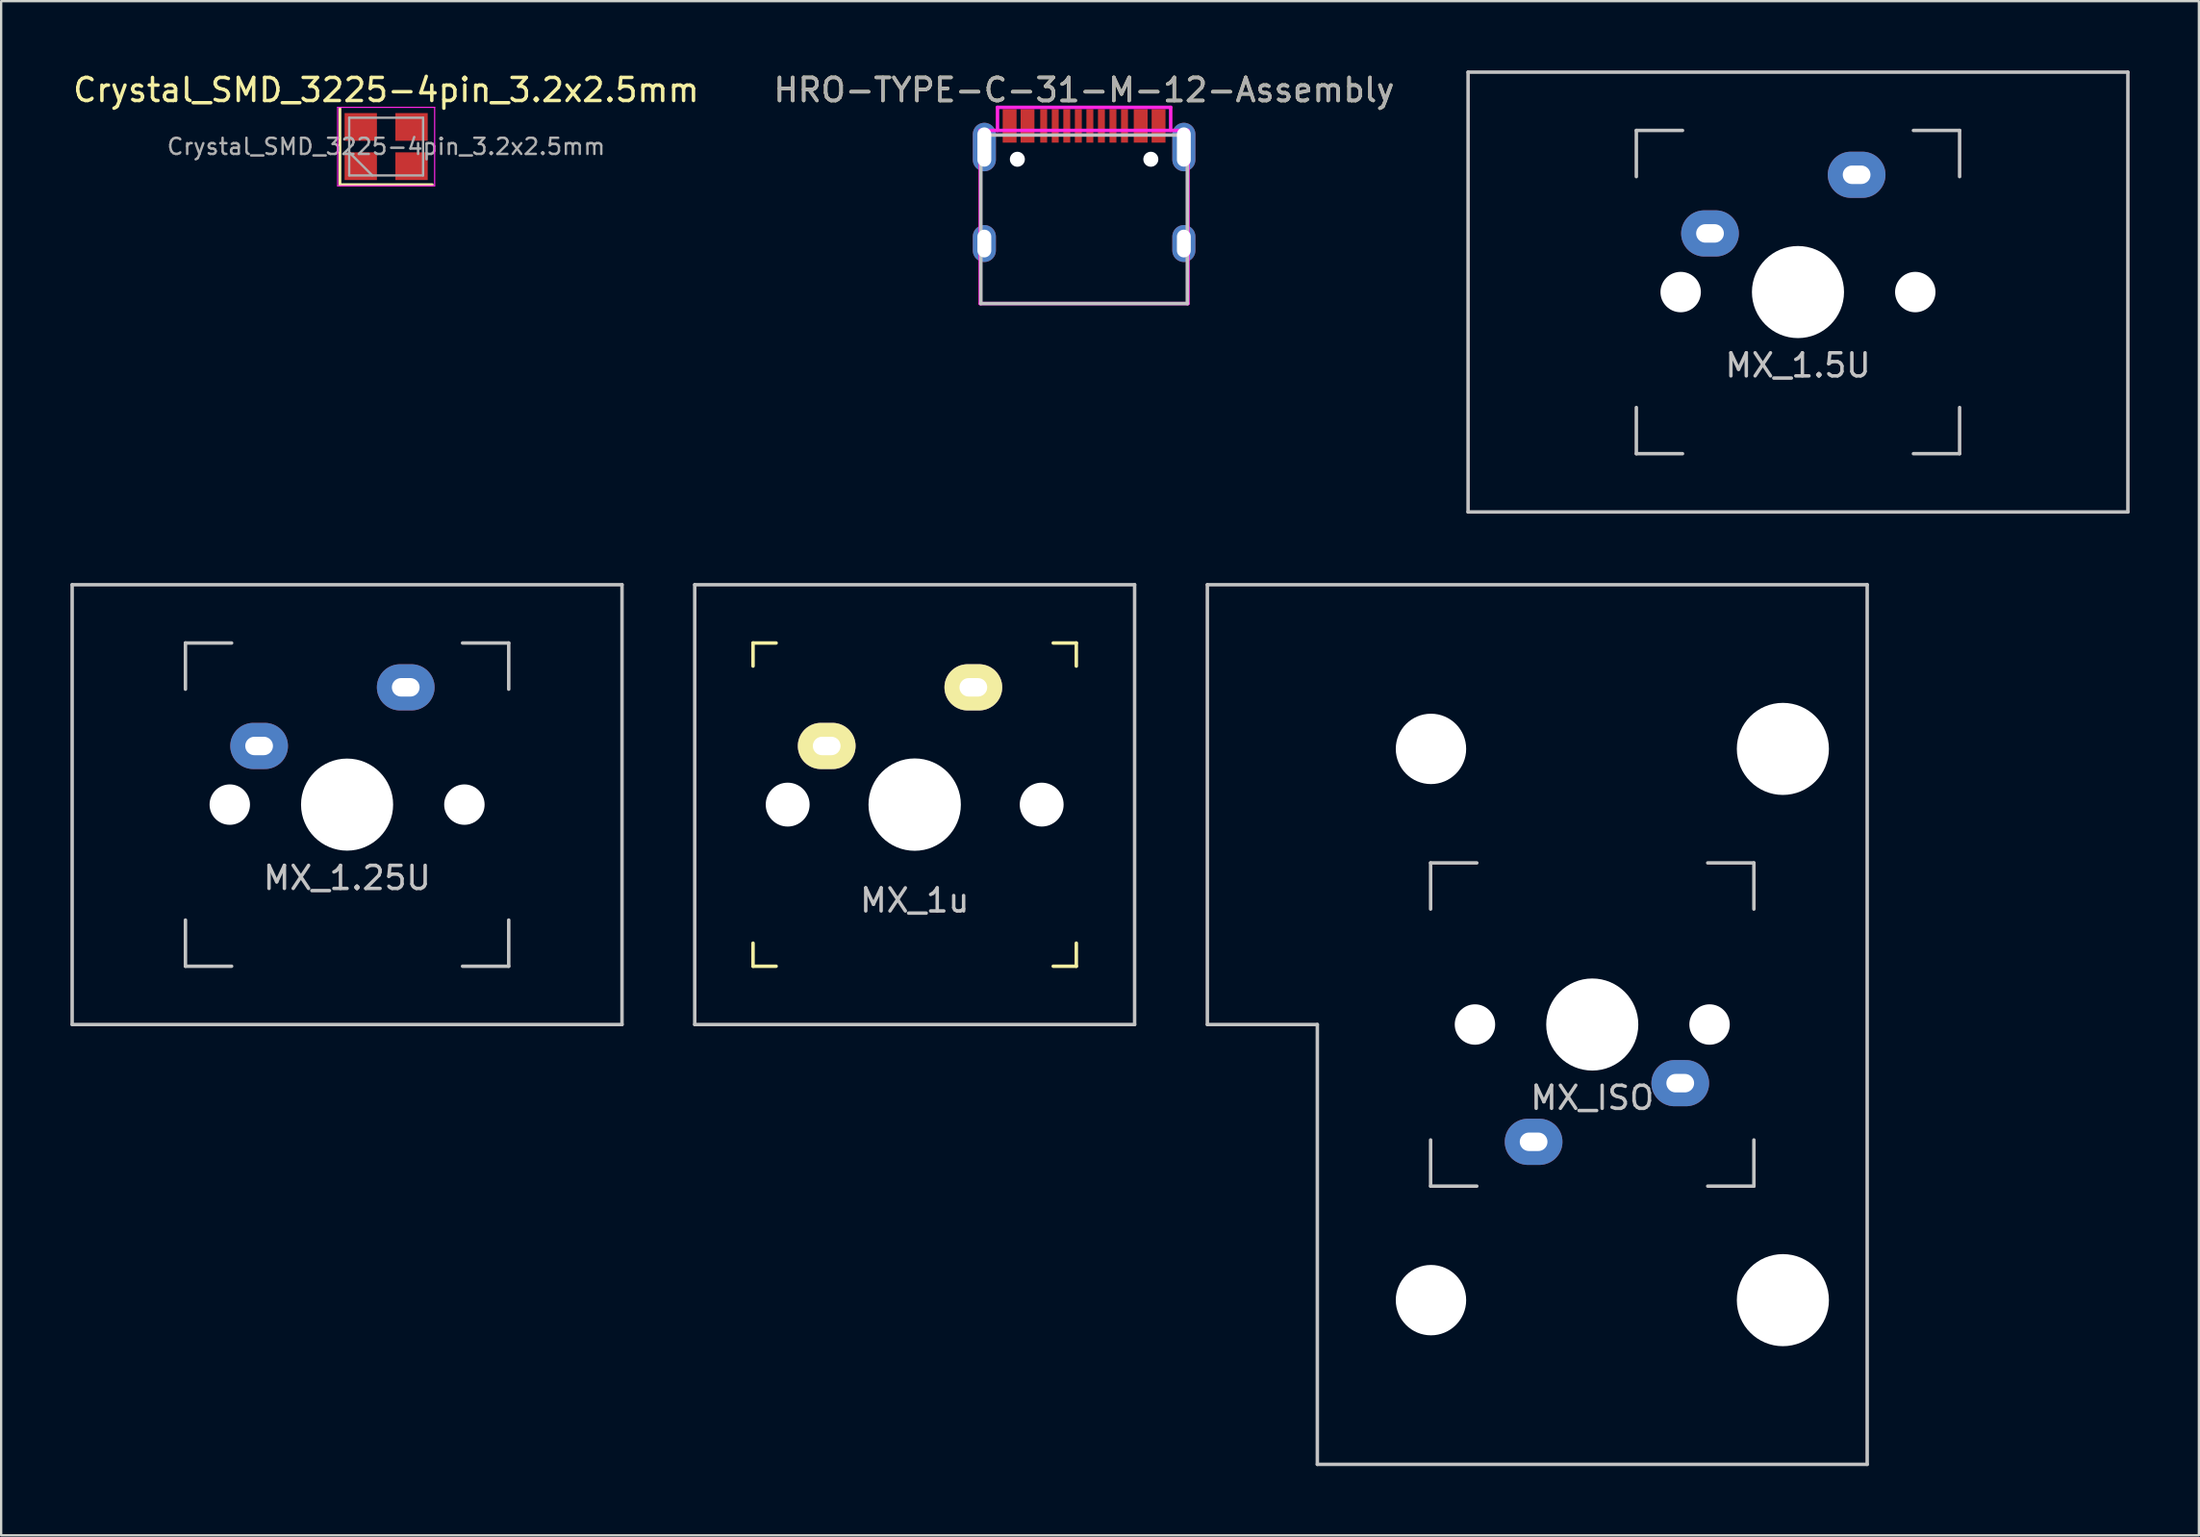
<source format=kicad_pcb>
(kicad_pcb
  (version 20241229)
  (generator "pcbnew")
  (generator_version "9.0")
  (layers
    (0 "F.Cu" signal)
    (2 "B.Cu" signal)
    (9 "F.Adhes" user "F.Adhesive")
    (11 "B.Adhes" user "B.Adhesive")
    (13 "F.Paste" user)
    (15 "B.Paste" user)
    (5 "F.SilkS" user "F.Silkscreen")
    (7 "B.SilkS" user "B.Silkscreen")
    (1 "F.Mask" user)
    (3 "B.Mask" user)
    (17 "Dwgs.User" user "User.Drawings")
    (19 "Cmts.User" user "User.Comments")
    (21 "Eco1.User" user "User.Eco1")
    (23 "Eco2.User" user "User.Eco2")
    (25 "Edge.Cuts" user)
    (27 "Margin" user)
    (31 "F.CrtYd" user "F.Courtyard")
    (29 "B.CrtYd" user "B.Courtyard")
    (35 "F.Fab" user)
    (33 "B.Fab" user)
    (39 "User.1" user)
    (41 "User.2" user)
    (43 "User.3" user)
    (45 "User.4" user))
  (footprint "MX_1.25U"
    (layer "F.Cu")
    (at 11.981 31.8)
    (property "Reference" "MX_1.25U" (at 0 3.175 0) (layer "Dwgs.User") (effects (font (size 1 1) (thickness 0.15))))
    (attr through_hole)
    (fp_line (start -11.906 -9.525) (end 11.906 -9.525) (stroke (width 0.15) (type solid)) (layer "Dwgs.User"))
    (fp_line (start -11.906 9.525) (end -11.906 -9.525) (stroke (width 0.15) (type solid)) (layer "Dwgs.User"))
    (fp_line (start -11.906 9.525) (end 11.906 9.525) (stroke (width 0.15) (type solid)) (layer "Dwgs.User"))
    (fp_line (start -7 -7) (end -7 -5) (stroke (width 0.15) (type solid)) (layer "Dwgs.User"))
    (fp_line (start -7 5) (end -7 7) (stroke (width 0.15) (type solid)) (layer "Dwgs.User"))
    (fp_line (start -7 7) (end -5 7) (stroke (width 0.15) (type solid)) (layer "Dwgs.User"))
    (fp_line (start -5 -7) (end -7 -7) (stroke (width 0.15) (type solid)) (layer "Dwgs.User"))
    (fp_line (start 5 -7) (end 7 -7) (stroke (width 0.15) (type solid)) (layer "Dwgs.User"))
    (fp_line (start 5 7) (end 7 7) (stroke (width 0.15) (type solid)) (layer "Dwgs.User"))
    (fp_line (start 7 -7) (end 7 -5) (stroke (width 0.15) (type solid)) (layer "Dwgs.User"))
    (fp_line (start 7 7) (end 7 5) (stroke (width 0.15) (type solid)) (layer "Dwgs.User"))
    (fp_line (start 11.906 -9.525) (end 11.906 9.525) (stroke (width 0.15) (type solid)) (layer "Dwgs.User"))
    (pad "" np_thru_hole circle (at -5.08 0 48.1) (size 1.75 1.75) (drill 1.75) (layers "*.Cu" "*.Mask"))
    (pad "" np_thru_hole circle (at 0 0) (size 3.988 3.988) (drill 3.988) (layers "*.Cu" "*.Mask"))
    (pad "" np_thru_hole circle (at 5.08 0 48.1) (size 1.75 1.75) (drill 1.75) (layers "*.Cu" "*.Mask"))
    (pad "1" thru_hole oval (at -3.81 -2.54) (size 2.5 2) (drill oval 1.2 0.8) (layers "*.Cu" "B.Mask"))
    (pad "2" thru_hole oval (at 2.54 -5.08) (size 2.5 2) (drill oval 1.2 0.8) (layers "*.Cu" "B.Mask")))
  (footprint "Crystal_SMD_3225-4pin_3.2x2.5mm"
    (layer "F.Cu")
    (at 13.673 3.298)
    (property "Reference" "Crystal_SMD_3225-4pin_3.2x2.5mm" (at 0 -2.45 0) (layer "F.SilkS") (effects (font (size 1 1) (thickness 0.15))))
    (attr smd)
    (fp_line (start -2 -1.65) (end -2 1.65) (stroke (width 0.12) (type solid)) (layer "F.SilkS"))
    (fp_line (start -2 1.65) (end 2 1.65) (stroke (width 0.12) (type solid)) (layer "F.SilkS"))
    (fp_line (start -2.1 -1.7) (end -2.1 1.7) (stroke (width 0.05) (type solid)) (layer "F.CrtYd"))
    (fp_line (start -2.1 1.7) (end 2.1 1.7) (stroke (width 0.05) (type solid)) (layer "F.CrtYd"))
    (fp_line (start 2.1 -1.7) (end -2.1 -1.7) (stroke (width 0.05) (type solid)) (layer "F.CrtYd"))
    (fp_line (start 2.1 1.7) (end 2.1 -1.7) (stroke (width 0.05) (type solid)) (layer "F.CrtYd"))
    (fp_line (start -1.6 -1.25) (end -1.6 1.25) (stroke (width 0.1) (type solid)) (layer "F.Fab"))
    (fp_line (start -1.6 0.25) (end -0.6 1.25) (stroke (width 0.1) (type solid)) (layer "F.Fab"))
    (fp_line (start -1.6 1.25) (end 1.6 1.25) (stroke (width 0.1) (type solid)) (layer "F.Fab"))
    (fp_line (start 1.6 -1.25) (end -1.6 -1.25) (stroke (width 0.1) (type solid)) (layer "F.Fab"))
    (fp_line (start 1.6 1.25) (end 1.6 -1.25) (stroke (width 0.1) (type solid)) (layer "F.Fab"))
    (fp_text user "${REFERENCE}" (at 0 0 0) (layer "F.Fab") (effects (font (size 0.7 0.7) (thickness 0.105))))
    (pad "1" smd rect (at -1.1 0.85) (size 1.4 1.2) (layers "F.Cu" "F.Mask" "F.Paste"))
    (pad "2" smd rect (at 1.1 0.85) (size 1.4 1.2) (layers "F.Cu" "F.Mask" "F.Paste"))
    (pad "3" smd rect (at 1.1 -0.85) (size 1.4 1.2) (layers "F.Cu" "F.Mask" "F.Paste"))
    (pad "4" smd rect (at -1.1 -0.85) (size 1.4 1.2) (layers "F.Cu" "F.Mask" "F.Paste")))
  (footprint "HRO-TYPE-C-31-M-12-Assembly"
    (layer "F.Cu")
    (at 43.899 10.098)
    (property "Reference" "HRO-TYPE-C-31-M-12-Assembly" (at 0 -9.25 0) (layer "F.SilkS") (effects (font (size 1 1) (thickness 0.15))))
    (attr through_hole)
    (fp_line (start -4.47 -7.3) (end 4.47 -7.3) (stroke (width 0.15) (type solid)) (layer "Dwgs.User"))
    (fp_line (start -4.47 0) (end -4.47 -7.3) (stroke (width 0.15) (type solid)) (layer "Dwgs.User"))
    (fp_line (start -4.47 0) (end 4.47 0) (stroke (width 0.15) (type solid)) (layer "Dwgs.User"))
    (fp_line (start 4.47 0) (end 4.47 -7.3) (stroke (width 0.15) (type solid)) (layer "Dwgs.User"))
    (fp_line (start -4.5 -7.5) (end 4.5 -7.5) (stroke (width 0.15) (type solid)) (layer "F.CrtYd"))
    (fp_line (start -4.5 0) (end -4.5 -7.5) (stroke (width 0.15) (type solid)) (layer "F.CrtYd"))
    (fp_line (start -3.75 -8.5) (end 3.75 -8.5) (stroke (width 0.15) (type solid)) (layer "F.CrtYd"))
    (fp_line (start -3.75 -7.5) (end -3.75 -8.5) (stroke (width 0.15) (type solid)) (layer "F.CrtYd"))
    (fp_line (start 3.75 -8.5) (end 3.75 -7.5) (stroke (width 0.15) (type solid)) (layer "F.CrtYd"))
    (fp_line (start 4.5 -7.5) (end 4.5 0) (stroke (width 0.15) (type solid)) (layer "F.CrtYd"))
    (fp_line (start 4.5 0) (end -4.5 0) (stroke (width 0.15) (type solid)) (layer "F.CrtYd"))
    (fp_text user "${REFERENCE}" (at 0 -9.25 0) (layer "F.Fab") (effects (font (size 1 1) (thickness 0.15))))
    (pad "" np_thru_hole circle (at -2.89 -6.25) (size 0.65 0.65) (drill 0.65) (layers "*.Cu" "*.Mask"))
    (pad "" np_thru_hole circle (at 2.89 -6.25) (size 0.65 0.65) (drill 0.65) (layers "*.Cu" "*.Mask"))
    (pad "1" smd rect (at -3.225 -7.695) (size 0.6 1.45) (layers "F.Cu" "F.Mask" "F.Paste"))
    (pad "2" smd rect (at -2.45 -7.695) (size 0.6 1.45) (layers "F.Cu" "F.Mask" "F.Paste"))
    (pad "3" smd rect (at -1.75 -7.695) (size 0.3 1.45) (layers "F.Cu" "F.Mask" "F.Paste"))
    (pad "4" smd rect (at -1.25 -7.695) (size 0.3 1.45) (layers "F.Cu" "F.Mask" "F.Paste"))
    (pad "5" smd rect (at -0.75 -7.695) (size 0.3 1.45) (layers "F.Cu" "F.Mask" "F.Paste"))
    (pad "6" smd rect (at -0.25 -7.695) (size 0.3 1.45) (layers "F.Cu" "F.Mask" "F.Paste"))
    (pad "7" smd rect (at 0.25 -7.695) (size 0.3 1.45) (layers "F.Cu" "F.Mask" "F.Paste"))
    (pad "8" smd rect (at 0.75 -7.695) (size 0.3 1.45) (layers "F.Cu" "F.Mask" "F.Paste"))
    (pad "9" smd rect (at 1.25 -7.695) (size 0.3 1.45) (layers "F.Cu" "F.Mask" "F.Paste"))
    (pad "10" smd rect (at 1.75 -7.695) (size 0.3 1.45) (layers "F.Cu" "F.Mask" "F.Paste"))
    (pad "11" smd rect (at 2.45 -7.695) (size 0.6 1.45) (layers "F.Cu" "F.Mask" "F.Paste"))
    (pad "12" smd rect (at 3.225 -7.695) (size 0.6 1.45) (layers "F.Cu" "F.Mask" "F.Paste"))
    (pad "13" thru_hole oval (at -4.32 -6.78) (size 1 2.1) (drill oval 0.6 1.7) (layers "*.Cu" "*.Mask"))
    (pad "13" thru_hole oval (at -4.32 -2.6) (size 1 1.6) (drill oval 0.6 1.2) (layers "*.Cu" "*.Mask"))
    (pad "13" thru_hole oval (at 4.32 -6.78) (size 1 2.1) (drill oval 0.6 1.7) (layers "*.Cu" "*.Mask"))
    (pad "13" thru_hole oval (at 4.32 -2.6) (size 1 1.6) (drill oval 0.6 1.2) (layers "*.Cu" "*.Mask")))
  (footprint "MX_1.5U"
    (layer "F.Cu")
    (at 74.815 9.6)
    (property "Reference" "MX_1.5U" (at 0 3.175 0) (layer "Dwgs.User") (effects (font (size 1 1) (thickness 0.15))))
    (attr through_hole)
    (fp_line (start -14.287 -9.525) (end 14.287 -9.525) (stroke (width 0.15) (type solid)) (layer "Dwgs.User"))
    (fp_line (start -14.287 9.525) (end -14.287 -9.525) (stroke (width 0.15) (type solid)) (layer "Dwgs.User"))
    (fp_line (start -14.287 9.525) (end 14.287 9.525) (stroke (width 0.15) (type solid)) (layer "Dwgs.User"))
    (fp_line (start -7 -7) (end -7 -5) (stroke (width 0.15) (type solid)) (layer "Dwgs.User"))
    (fp_line (start -7 5) (end -7 7) (stroke (width 0.15) (type solid)) (layer "Dwgs.User"))
    (fp_line (start -7 7) (end -5 7) (stroke (width 0.15) (type solid)) (layer "Dwgs.User"))
    (fp_line (start -5 -7) (end -7 -7) (stroke (width 0.15) (type solid)) (layer "Dwgs.User"))
    (fp_line (start 5 -7) (end 7 -7) (stroke (width 0.15) (type solid)) (layer "Dwgs.User"))
    (fp_line (start 5 7) (end 7 7) (stroke (width 0.15) (type solid)) (layer "Dwgs.User"))
    (fp_line (start 7 -7) (end 7 -5) (stroke (width 0.15) (type solid)) (layer "Dwgs.User"))
    (fp_line (start 7 7) (end 7 5) (stroke (width 0.15) (type solid)) (layer "Dwgs.User"))
    (fp_line (start 14.287 -9.525) (end 14.287 9.525) (stroke (width 0.15) (type solid)) (layer "Dwgs.User"))
    (pad "" np_thru_hole circle (at -5.08 0 48.1) (size 1.75 1.75) (drill 1.75) (layers "*.Cu" "*.Mask"))
    (pad "" np_thru_hole circle (at 0 0) (size 3.988 3.988) (drill 3.988) (layers "*.Cu" "*.Mask"))
    (pad "" np_thru_hole circle (at 5.08 0 48.1) (size 1.75 1.75) (drill 1.75) (layers "*.Cu" "*.Mask"))
    (pad "1" thru_hole oval (at -3.81 -2.54) (size 2.5 2) (drill oval 1.2 0.8) (layers "*.Cu" "B.Mask"))
    (pad "2" thru_hole oval (at 2.54 -5.08) (size 2.5 2) (drill oval 1.2 0.8) (layers "*.Cu" "B.Mask")))
  (footprint "MX_1u"
    (layer "F.Cu")
    (at 36.562 31.8)
    (property "Reference" "MX_1u" (at 0 4.15 0) (layer "Dwgs.User") (effects (font (size 1 1) (thickness 0.15))))
    (attr through_hole)
    (fp_line (start -7 -7) (end -6 -7) (stroke (width 0.15) (type solid)) (layer "F.SilkS"))
    (fp_line (start -7 -6) (end -7 -7) (stroke (width 0.15) (type solid)) (layer "F.SilkS"))
    (fp_line (start -7 6) (end -7 7) (stroke (width 0.15) (type solid)) (layer "F.SilkS"))
    (fp_line (start -6 7) (end -7 7) (stroke (width 0.15) (type solid)) (layer "F.SilkS"))
    (fp_line (start 6 7) (end 7 7) (stroke (width 0.15) (type solid)) (layer "F.SilkS"))
    (fp_line (start 7 -7) (end 6 -7) (stroke (width 0.15) (type solid)) (layer "F.SilkS"))
    (fp_line (start 7 -6) (end 7 -7) (stroke (width 0.15) (type solid)) (layer "F.SilkS"))
    (fp_line (start 7 7) (end 7 6) (stroke (width 0.15) (type solid)) (layer "F.SilkS"))
    (fp_line (start -9.525 -9.525) (end 9.525 -9.525) (stroke (width 0.15) (type solid)) (layer "Dwgs.User"))
    (fp_line (start -9.525 9.525) (end -9.525 -9.525) (stroke (width 0.15) (type solid)) (layer "Dwgs.User"))
    (fp_line (start 9.525 -9.525) (end 9.525 9.525) (stroke (width 0.15) (type solid)) (layer "Dwgs.User"))
    (fp_line (start 9.525 9.525) (end -9.525 9.525) (stroke (width 0.15) (type solid)) (layer "Dwgs.User"))
    (pad "" np_thru_hole circle (at -5.5 0 90) (size 1.9 1.9) (drill 1.9) (layers "*.Cu" "*.Mask"))
    (pad "" np_thru_hole circle (at 0 0 90) (size 4 4) (drill 4) (layers "*.Cu" "*.Mask"))
    (pad "" np_thru_hole circle (at 5.5 0 90) (size 1.9 1.9) (drill 1.9) (layers "*.Cu" "*.Mask"))
    (pad "1" thru_hole oval (at -3.81 -2.54) (size 2.5 2) (drill oval 1.2 0.8) (layers "*.Cu" "B.Mask" "F.SilkS"))
    (pad "2" thru_hole oval (at 2.54 -5.08) (size 2.5 2) (drill oval 1.2 0.8) (layers "*.Cu" "B.Mask" "F.SilkS")))
  (footprint "MX_ISO"
    (layer "F.Cu")
    (at 65.906 41.325)
    (property "Reference" "MX_ISO" (at 0 3.175 0) (layer "Dwgs.User") (effects (font (size 1 1) (thickness 0.15))))
    (attr through_hole)
    (fp_line (start -16.669 -19.05) (end -16.669 0) (stroke (width 0.15) (type solid)) (layer "Dwgs.User"))
    (fp_line (start -16.669 -19.05) (end 11.906 -19.05) (stroke (width 0.15) (type solid)) (layer "Dwgs.User"))
    (fp_line (start -11.906 0) (end -16.669 0) (stroke (width 0.15) (type solid)) (layer "Dwgs.User"))
    (fp_line (start -11.906 19.05) (end -11.906 0) (stroke (width 0.15) (type solid)) (layer "Dwgs.User"))
    (fp_line (start -11.906 19.05) (end 11.906 19.05) (stroke (width 0.15) (type solid)) (layer "Dwgs.User"))
    (fp_line (start -7 -7) (end -7 -5) (stroke (width 0.15) (type solid)) (layer "Dwgs.User"))
    (fp_line (start -7 5) (end -7 7) (stroke (width 0.15) (type solid)) (layer "Dwgs.User"))
    (fp_line (start -7 7) (end -5 7) (stroke (width 0.15) (type solid)) (layer "Dwgs.User"))
    (fp_line (start -5 -7) (end -7 -7) (stroke (width 0.15) (type solid)) (layer "Dwgs.User"))
    (fp_line (start 5 -7) (end 7 -7) (stroke (width 0.15) (type solid)) (layer "Dwgs.User"))
    (fp_line (start 5 7) (end 7 7) (stroke (width 0.15) (type solid)) (layer "Dwgs.User"))
    (fp_line (start 7 -7) (end 7 -5) (stroke (width 0.15) (type solid)) (layer "Dwgs.User"))
    (fp_line (start 7 7) (end 7 5) (stroke (width 0.15) (type solid)) (layer "Dwgs.User"))
    (fp_line (start 11.906 -19.05) (end 11.906 19.05) (stroke (width 0.15) (type solid)) (layer "Dwgs.User"))
    (pad "" np_thru_hole circle (at -6.985 -11.938) (size 3.048 3.048) (drill 3.048) (layers "*.Cu" "*.Mask"))
    (pad "" np_thru_hole circle (at -6.985 11.938) (size 3.048 3.048) (drill 3.048) (layers "*.Cu" "*.Mask"))
    (pad "" np_thru_hole circle (at -5.08 0 48.1) (size 1.75 1.75) (drill 1.75) (layers "*.Cu" "*.Mask"))
    (pad "" np_thru_hole circle (at 0 0) (size 3.988 3.988) (drill 3.988) (layers "*.Cu" "*.Mask"))
    (pad "" np_thru_hole circle (at 5.08 0 48.1) (size 1.75 1.75) (drill 1.75) (layers "*.Cu" "*.Mask"))
    (pad "" np_thru_hole circle (at 8.255 -11.938) (size 3.988 3.988) (drill 3.988) (layers "*.Cu" "*.Mask"))
    (pad "" np_thru_hole circle (at 8.255 11.938) (size 3.988 3.988) (drill 3.988) (layers "*.Cu" "*.Mask"))
    (pad "1" thru_hole oval (at 3.81 2.54) (size 2.5 2) (drill oval 1.2 0.8) (layers "*.Cu" "B.Mask"))
    (pad "2" thru_hole oval (at -2.54 5.08) (size 2.5 2) (drill oval 1.2 0.8) (layers "*.Cu" "B.Mask")))
  (gr_rect
    (start -3 -3)
    (end 92.177 63.45)
    (stroke (width 0.1) (type default))
    (fill no)
    (layer "Edge.Cuts")))
</source>
